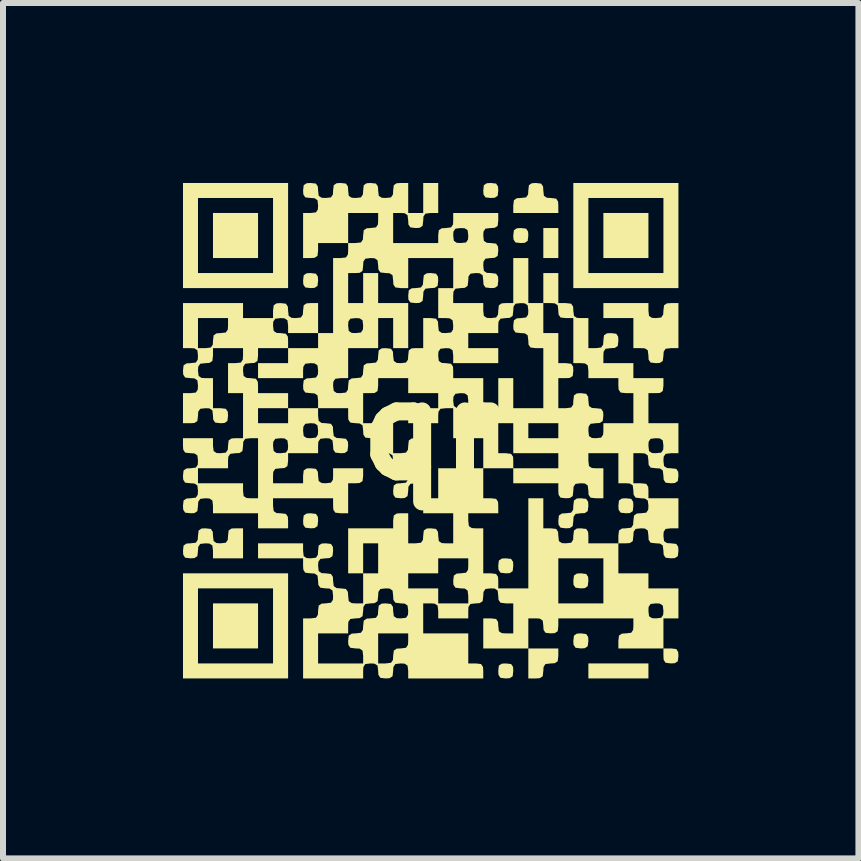
<source format=kicad_pcb>
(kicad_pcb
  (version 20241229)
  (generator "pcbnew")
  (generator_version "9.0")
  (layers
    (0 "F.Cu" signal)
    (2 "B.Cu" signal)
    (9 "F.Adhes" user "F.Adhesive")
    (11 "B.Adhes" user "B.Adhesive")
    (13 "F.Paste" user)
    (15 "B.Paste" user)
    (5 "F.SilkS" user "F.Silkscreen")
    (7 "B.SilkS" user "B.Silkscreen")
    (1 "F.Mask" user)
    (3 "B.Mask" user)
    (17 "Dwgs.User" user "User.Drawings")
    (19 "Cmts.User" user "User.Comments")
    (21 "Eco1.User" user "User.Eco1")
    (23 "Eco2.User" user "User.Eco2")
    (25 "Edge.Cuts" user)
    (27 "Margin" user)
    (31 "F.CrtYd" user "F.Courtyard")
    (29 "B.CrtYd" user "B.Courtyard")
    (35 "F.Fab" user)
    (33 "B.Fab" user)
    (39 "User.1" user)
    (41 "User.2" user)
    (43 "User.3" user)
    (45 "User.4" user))
  (footprint "qr"
    (layer "F.Cu")
    (at 4.129 4.129)
    (property "Reference" "qr" (at 0 0 0) (layer "F.SilkS") (effects (font (size 1.5 1.5) (thickness 0.3))))
    (attr board_only exclude_from_pos_files exclude_from_bom)
    (fp_poly (pts (xy -2.878 -3.253) (xy -2.878 -2.878) (xy -3.253 -2.878) (xy -3.629 -2.878) (xy -3.629 -3.253) (xy -3.629 -3.629) (xy -3.253 -3.629) (xy -2.878 -3.629)) (stroke (width 0) (type solid)) (fill yes) (layer "F.SilkS"))
    (fp_poly (pts (xy -2.878 3.253) (xy -2.878 3.629) (xy -3.253 3.629) (xy -3.629 3.629) (xy -3.629 3.253) (xy -3.629 2.878) (xy -3.253 2.878) (xy -2.878 2.878)) (stroke (width 0) (type solid)) (fill yes) (layer "F.SilkS"))
    (fp_poly (pts (xy 2.127 -3.128) (xy 2.127 -2.878) (xy 2.002 -2.878) (xy 1.877 -2.878) (xy 1.877 -3.128) (xy 1.877 -3.378) (xy 2.002 -3.378) (xy 2.127 -3.378)) (stroke (width 0) (type solid)) (fill yes) (layer "F.SilkS"))
    (fp_poly (pts (xy 3.629 -3.253) (xy 3.629 -2.878) (xy 3.253 -2.878) (xy 2.878 -2.878) (xy 2.878 -3.253) (xy 2.878 -3.629) (xy 3.253 -3.629) (xy 3.629 -3.629)) (stroke (width 0) (type solid)) (fill yes) (layer "F.SilkS"))
    (fp_poly (pts (xy 3.629 4.004) (xy 3.629 4.129) (xy 3.128 4.129) (xy 2.628 4.129) (xy 2.628 4.004) (xy 2.628 3.879) (xy 3.128 3.879) (xy 3.629 3.879)) (stroke (width 0) (type solid)) (fill yes) (layer "F.SilkS"))
    (fp_poly (pts (xy 4.093 3.639) (xy 4.125 3.688) (xy 4.129 3.754) (xy 4.119 3.842) (xy 4.07 3.875) (xy 4.004 3.879) (xy 3.915 3.868) (xy 3.883 3.82) (xy 3.879 3.754) (xy 3.879 3.629) (xy 4.004 3.629)) (stroke (width 0) (type solid)) (fill yes) (layer "F.SilkS"))
    (fp_poly (pts (xy -1.913 -2.617) (xy -1.881 -2.569) (xy -1.877 -2.502) (xy -1.887 -2.414) (xy -1.936 -2.381) (xy -2.002 -2.377) (xy -2.091 -2.388) (xy -2.123 -2.436) (xy -2.127 -2.502) (xy -2.117 -2.591) (xy -2.068 -2.624) (xy -2.002 -2.628)) (stroke (width 0) (type solid)) (fill yes) (layer "F.SilkS"))
    (fp_poly (pts (xy -1.913 1.387) (xy -1.881 1.435) (xy -1.877 1.501) (xy -1.887 1.59) (xy -1.936 1.623) (xy -2.002 1.627) (xy -2.091 1.616) (xy -2.123 1.568) (xy -2.127 1.501) (xy -2.117 1.413) (xy -2.068 1.38) (xy -2.002 1.376)) (stroke (width 0) (type solid)) (fill yes) (layer "F.SilkS"))
    (fp_poly (pts (xy 1.09 -4.119) (xy 1.122 -4.07) (xy 1.126 -4.004) (xy 1.116 -3.915) (xy 1.067 -3.883) (xy 1.001 -3.879) (xy 0.912 -3.889) (xy 0.88 -3.938) (xy 0.876 -4.004) (xy 0.886 -4.093) (xy 0.935 -4.125) (xy 1.001 -4.129)) (stroke (width 0) (type solid)) (fill yes) (layer "F.SilkS"))
    (fp_poly (pts (xy 1.34 2.137) (xy 1.373 2.186) (xy 1.376 2.252) (xy 1.366 2.341) (xy 1.317 2.374) (xy 1.251 2.377) (xy 1.163 2.367) (xy 1.13 2.318) (xy 1.126 2.252) (xy 1.136 2.164) (xy 1.185 2.131) (xy 1.251 2.127)) (stroke (width 0) (type solid)) (fill yes) (layer "F.SilkS"))
    (fp_poly (pts (xy 1.34 3.889) (xy 1.373 3.938) (xy 1.376 4.004) (xy 1.366 4.093) (xy 1.317 4.125) (xy 1.251 4.129) (xy 1.163 4.119) (xy 1.13 4.07) (xy 1.126 4.004) (xy 1.136 3.915) (xy 1.185 3.883) (xy 1.251 3.879)) (stroke (width 0) (type solid)) (fill yes) (layer "F.SilkS"))
    (fp_poly (pts (xy 1.59 -3.368) (xy 1.623 -3.319) (xy 1.627 -3.253) (xy 1.616 -3.165) (xy 1.568 -3.132) (xy 1.501 -3.128) (xy 1.413 -3.138) (xy 1.38 -3.187) (xy 1.376 -3.253) (xy 1.387 -3.342) (xy 1.435 -3.374) (xy 1.501 -3.378)) (stroke (width 0) (type solid)) (fill yes) (layer "F.SilkS"))
    (fp_poly (pts (xy 2.591 2.388) (xy 2.624 2.436) (xy 2.628 2.502) (xy 2.617 2.591) (xy 2.569 2.624) (xy 2.502 2.628) (xy 2.414 2.617) (xy 2.381 2.569) (xy 2.377 2.502) (xy 2.388 2.414) (xy 2.436 2.381) (xy 2.502 2.377)) (stroke (width 0) (type solid)) (fill yes) (layer "F.SilkS"))
    (fp_poly (pts (xy 2.591 3.389) (xy 2.624 3.437) (xy 2.628 3.503) (xy 2.617 3.592) (xy 2.569 3.625) (xy 2.502 3.629) (xy 2.414 3.618) (xy 2.381 3.569) (xy 2.377 3.503) (xy 2.388 3.415) (xy 2.436 3.382) (xy 2.502 3.378)) (stroke (width 0) (type solid)) (fill yes) (layer "F.SilkS"))
    (fp_poly (pts (xy 3.342 1.136) (xy 3.374 1.185) (xy 3.378 1.251) (xy 3.368 1.34) (xy 3.319 1.373) (xy 3.253 1.376) (xy 3.165 1.366) (xy 3.132 1.317) (xy 3.128 1.251) (xy 3.138 1.163) (xy 3.187 1.13) (xy 3.253 1.126)) (stroke (width 0) (type solid)) (fill yes) (layer "F.SilkS"))
    (fp_poly (pts (xy 2.127 3.754) (xy 2.117 3.842) (xy 2.068 3.875) (xy 2.002 3.879) (xy 1.913 3.889) (xy 1.881 3.938) (xy 1.877 4.004) (xy 1.867 4.093) (xy 1.818 4.125) (xy 1.752 4.129) (xy 1.627 4.129) (xy 1.627 3.879) (xy 1.627 3.629) (xy 1.877 3.629) (xy 2.127 3.629)) (stroke (width 0) (type solid)) (fill yes) (layer "F.SilkS"))
    (fp_poly (pts (xy -2.377 -3.253) (xy -2.377 -2.377) (xy -3.253 -2.377) (xy -4.129 -2.377) (xy -4.129 -3.253) (xy -3.879 -3.253) (xy -3.879 -2.628) (xy -3.253 -2.628) (xy -2.628 -2.628) (xy -2.628 -3.253) (xy -2.628 -3.879) (xy -3.253 -3.879) (xy -3.879 -3.879) (xy -3.879 -3.253) (xy -4.129 -3.253) (xy -4.129 -4.129) (xy -3.253 -4.129) (xy -2.377 -4.129)) (stroke (width 0) (type solid)) (fill yes) (layer "F.SilkS"))
    (fp_poly (pts (xy -2.377 3.253) (xy -2.377 4.129) (xy -3.253 4.129) (xy -4.129 4.129) (xy -4.129 3.253) (xy -3.879 3.253) (xy -3.879 3.879) (xy -3.253 3.879) (xy -2.628 3.879) (xy -2.628 3.253) (xy -2.628 2.628) (xy -3.253 2.628) (xy -3.879 2.628) (xy -3.879 3.253) (xy -4.129 3.253) (xy -4.129 2.377) (xy -3.253 2.377) (xy -2.377 2.377)) (stroke (width 0) (type solid)) (fill yes) (layer "F.SilkS"))
    (fp_poly (pts (xy 4.129 -3.253) (xy 4.129 -2.377) (xy 3.253 -2.377) (xy 2.377 -2.377) (xy 2.377 -3.253) (xy 2.628 -3.253) (xy 2.628 -2.628) (xy 3.253 -2.628) (xy 3.879 -2.628) (xy 3.879 -3.253) (xy 3.879 -3.879) (xy 3.253 -3.879) (xy 2.628 -3.879) (xy 2.628 -3.253) (xy 2.377 -3.253) (xy 2.377 -4.129) (xy 3.253 -4.129) (xy 4.129 -4.129)) (stroke (width 0) (type solid)) (fill yes) (layer "F.SilkS"))
    (fp_poly (pts (xy 1.84 -4.119) (xy 1.873 -4.07) (xy 1.877 -4.004) (xy 1.887 -3.915) (xy 1.936 -3.883) (xy 2.002 -3.879) (xy 2.091 -3.868) (xy 2.123 -3.82) (xy 2.127 -3.754) (xy 2.127 -3.629) (xy 1.752 -3.629) (xy 1.376 -3.629) (xy 1.376 -3.754) (xy 1.387 -3.842) (xy 1.435 -3.875) (xy 1.501 -3.879) (xy 1.59 -3.889) (xy 1.623 -3.938) (xy 1.627 -4.004) (xy 1.637 -4.093) (xy 1.686 -4.125) (xy 1.752 -4.129)) (stroke (width 0) (type solid)) (fill yes) (layer "F.SilkS"))
    (fp_poly (pts (xy 0.089 -2.617) (xy 0.121 -2.569) (xy 0.125 -2.502) (xy 0.115 -2.414) (xy 0.066 -2.381) (xy 0 -2.377) (xy -0.089 -2.367) (xy -0.121 -2.318) (xy -0.125 -2.252) (xy -0.135 -2.164) (xy -0.184 -2.131) (xy -0.25 -2.127) (xy -0.339 -2.137) (xy -0.372 -2.186) (xy -0.375 -2.252) (xy -0.365 -2.341) (xy -0.316 -2.374) (xy -0.25 -2.377) (xy -0.162 -2.388) (xy -0.129 -2.436) (xy -0.125 -2.502) (xy -0.115 -2.591) (xy -0.066 -2.624) (xy 0 -2.628)) (stroke (width 0) (type solid)) (fill yes) (layer "F.SilkS"))
    (fp_poly (pts (xy 2.591 1.136) (xy 2.624 1.185) (xy 2.628 1.251) (xy 2.617 1.34) (xy 2.569 1.373) (xy 2.502 1.376) (xy 2.414 1.387) (xy 2.381 1.435) (xy 2.377 1.501) (xy 2.367 1.59) (xy 2.318 1.623) (xy 2.252 1.627) (xy 2.164 1.616) (xy 2.131 1.568) (xy 2.127 1.501) (xy 2.137 1.413) (xy 2.186 1.38) (xy 2.252 1.376) (xy 2.341 1.366) (xy 2.374 1.317) (xy 2.377 1.251) (xy 2.388 1.163) (xy 2.436 1.13) (xy 2.502 1.126)) (stroke (width 0) (type solid)) (fill yes) (layer "F.SilkS"))
    (fp_poly (pts (xy 3.629 -2.002) (xy 3.639 -1.913) (xy 3.688 -1.881) (xy 3.754 -1.877) (xy 3.842 -1.887) (xy 3.875 -1.936) (xy 3.879 -2.002) (xy 3.889 -2.091) (xy 3.938 -2.123) (xy 4.004 -2.127) (xy 4.129 -2.127) (xy 4.129 -1.752) (xy 4.129 -1.376) (xy 4.004 -1.376) (xy 3.915 -1.366) (xy 3.883 -1.317) (xy 3.879 -1.251) (xy 3.868 -1.163) (xy 3.82 -1.13) (xy 3.754 -1.126) (xy 3.665 -1.136) (xy 3.632 -1.185) (xy 3.629 -1.251) (xy 3.618 -1.34) (xy 3.569 -1.373) (xy 3.503 -1.376) (xy 3.378 -1.376) (xy 3.378 -1.627) (xy 3.378 -1.877) (xy 3.128 -1.877) (xy 2.878 -1.877) (xy 2.878 -2.002) (xy 2.878 -2.127) (xy 3.253 -2.127) (xy 3.629 -2.127)) (stroke (width 0) (type solid)) (fill yes) (layer "F.SilkS"))
    (fp_poly (pts (xy -3.128 1.877) (xy -3.128 2.127) (xy -3.378 2.127) (xy -3.629 2.127) (xy -3.629 2.002) (xy -3.639 1.913) (xy -3.688 1.881) (xy -3.754 1.877) (xy -3.842 1.887) (xy -3.875 1.936) (xy -3.879 2.002) (xy -3.889 2.091) (xy -3.938 2.123) (xy -4.004 2.127) (xy -4.093 2.117) (xy -4.125 2.068) (xy -4.129 2.002) (xy -4.119 1.913) (xy -4.07 1.881) (xy -4.004 1.877) (xy -3.915 1.867) (xy -3.883 1.818) (xy -3.879 1.752) (xy -3.868 1.663) (xy -3.82 1.63) (xy -3.754 1.627) (xy -3.665 1.637) (xy -3.632 1.686) (xy -3.629 1.752) (xy -3.618 1.84) (xy -3.569 1.873) (xy -3.503 1.877) (xy -3.415 1.867) (xy -3.382 1.818) (xy -3.378 1.752) (xy -3.368 1.663) (xy -3.319 1.63) (xy -3.253 1.627) (xy -3.128 1.627)) (stroke (width 0) (type solid)) (fill yes) (layer "F.SilkS"))
    (fp_poly (pts (xy -0.375 -3.879) (xy -0.375 -3.629) (xy -0.25 -3.629) (xy -0.125 -3.629) (xy -0.125 -3.879) (xy -0.125 -4.129) (xy 0 -4.129) (xy 0.125 -4.129) (xy 0.125 -3.879) (xy 0.125 -3.629) (xy 0 -3.629) (xy -0.089 -3.618) (xy -0.121 -3.569) (xy -0.125 -3.503) (xy -0.135 -3.415) (xy -0.184 -3.382) (xy -0.25 -3.378) (xy -0.339 -3.389) (xy -0.372 -3.437) (xy -0.375 -3.503) (xy -0.386 -3.592) (xy -0.434 -3.625) (xy -0.5 -3.629) (xy -0.626 -3.629) (xy -0.626 -3.378) (xy -0.626 -3.128) (xy -0.25 -3.128) (xy 0.125 -3.128) (xy 0.125 -3.253) (xy 0.375 -3.253) (xy 0.386 -3.165) (xy 0.434 -3.132) (xy 0.5 -3.128) (xy 0.589 -3.138) (xy 0.622 -3.187) (xy 0.626 -3.253) (xy 0.615 -3.342) (xy 0.567 -3.374) (xy 0.5 -3.378) (xy 0.412 -3.368) (xy 0.379 -3.319) (xy 0.375 -3.253) (xy 0.125 -3.253) (xy 0.135 -3.342) (xy 0.184 -3.374) (xy 0.25 -3.378) (xy 0.339 -3.389) (xy 0.372 -3.437) (xy 0.375 -3.503) (xy 0.375 -3.629) (xy 0.751 -3.629) (xy 1.126 -3.629) (xy 1.126 -3.503) (xy 1.116 -3.415) (xy 1.067 -3.382) (xy 1.001 -3.378) (xy 0.912 -3.368) (xy 0.88 -3.319) (xy 0.876 -3.253) (xy 0.886 -3.165) (xy 0.935 -3.132) (xy 1.001 -3.128) (xy 1.09 -3.118) (xy 1.122 -3.069) (xy 1.126 -3.003) (xy 1.116 -2.914) (xy 1.067 -2.882) (xy 1.001 -2.878) (xy 0.912 -2.867) (xy 0.88 -2.819) (xy 0.876 -2.753) (xy 0.886 -2.664) (xy 0.935 -2.631) (xy 1.001 -2.628) (xy 1.09 -2.617) (xy 1.122 -2.569) (xy 1.126 -2.502) (xy 1.116 -2.414) (xy 1.067 -2.381) (xy 1.001 -2.377) (xy 0.912 -2.388) (xy 0.88 -2.436) (xy 0.876 -2.502) (xy 0.866 -2.591) (xy 0.817 -2.624) (xy 0.751 -2.628) (xy 0.662 -2.617) (xy 0.629 -2.569) (xy 0.626 -2.502) (xy 0.615 -2.414) (xy 0.567 -2.381) (xy 0.5 -2.377) (xy 0.412 -2.367) (xy 0.379 -2.318) (xy 0.375 -2.252) (xy 0.375 -2.127) (xy 0.626 -2.127) (xy 0.876 -2.127) (xy 0.876 -2.002) (xy 0.886 -1.913) (xy 0.935 -1.881) (xy 1.001 -1.877) (xy 1.09 -1.887) (xy 1.122 -1.936) (xy 1.126 -2.002) (xy 1.136 -2.091) (xy 1.185 -2.123) (xy 1.251 -2.127) (xy 1.376 -2.127) (xy 1.376 -2.502) (xy 1.376 -2.878) (xy 1.501 -2.878) (xy 1.627 -2.878) (xy 1.627 -2.502) (xy 1.627 -2.127) (xy 1.752 -2.127) (xy 1.877 -2.127) (xy 1.877 -2.377) (xy 1.877 -2.628) (xy 2.002 -2.628) (xy 2.127 -2.628) (xy 2.127 -2.377) (xy 2.127 -2.127) (xy 2.252 -2.127) (xy 2.341 -2.117) (xy 2.374 -2.068) (xy 2.377 -2.002) (xy 2.388 -1.913) (xy 2.436 -1.881) (xy 2.502 -1.877) (xy 2.628 -1.877) (xy 2.628 -1.627) (xy 2.628 -1.376) (xy 2.753 -1.376) (xy 2.841 -1.387) (xy 2.874 -1.435) (xy 2.878 -1.501) (xy 2.888 -1.59) (xy 2.937 -1.623) (xy 3.003 -1.627) (xy 3.092 -1.616) (xy 3.124 -1.568) (xy 3.128 -1.501) (xy 3.118 -1.413) (xy 3.069 -1.38) (xy 3.003 -1.376) (xy 2.914 -1.366) (xy 2.882 -1.317) (xy 2.878 -1.251) (xy 2.878 -1.126) (xy 3.128 -1.126) (xy 3.378 -1.126) (xy 3.378 -1.001) (xy 3.378 -0.876) (xy 3.629 -0.876) (xy 3.879 -0.876) (xy 3.879 -0.751) (xy 3.868 -0.662) (xy 3.82 -0.629) (xy 3.754 -0.626) (xy 3.629 -0.626) (xy 3.629 -0.375) (xy 3.629 -0.125) (xy 3.879 -0.125) (xy 4.129 -0.125) (xy 4.129 0.125) (xy 4.129 0.375) (xy 4.004 0.375) (xy 3.915 0.386) (xy 3.883 0.434) (xy 3.879 0.5) (xy 3.889 0.589) (xy 3.938 0.622) (xy 4.004 0.626) (xy 4.093 0.636) (xy 4.125 0.685) (xy 4.129 0.751) (xy 4.119 0.839) (xy 4.07 0.872) (xy 4.004 0.876) (xy 3.915 0.866) (xy 3.883 0.817) (xy 3.879 0.751) (xy 3.868 0.662) (xy 3.82 0.629) (xy 3.754 0.626) (xy 3.665 0.615) (xy 3.632 0.567) (xy 3.629 0.5) (xy 3.618 0.412) (xy 3.569 0.379) (xy 3.503 0.375) (xy 3.378 0.375) (xy 3.378 0.626) (xy 3.378 0.876) (xy 3.503 0.876) (xy 3.592 0.886) (xy 3.625 0.935) (xy 3.629 1.001) (xy 3.629 1.126) (xy 3.879 1.126) (xy 4.129 1.126) (xy 4.129 1.376) (xy 4.129 1.627) (xy 4.004 1.627) (xy 3.915 1.637) (xy 3.883 1.686) (xy 3.879 1.752) (xy 3.889 1.84) (xy 3.938 1.873) (xy 4.004 1.877) (xy 4.093 1.887) (xy 4.125 1.936) (xy 4.129 2.002) (xy 4.119 2.091) (xy 4.07 2.123) (xy 4.004 2.127) (xy 3.915 2.117) (xy 3.883 2.068) (xy 3.879 2.002) (xy 3.868 1.913) (xy 3.82 1.881) (xy 3.754 1.877) (xy 3.665 1.867) (xy 3.632 1.818) (xy 3.629 1.752) (xy 3.618 1.663) (xy 3.569 1.63) (xy 3.503 1.627) (xy 3.415 1.637) (xy 3.382 1.686) (xy 3.378 1.752) (xy 3.368 1.84) (xy 3.319 1.873) (xy 3.253 1.877) (xy 3.128 1.877) (xy 3.128 2.127) (xy 3.128 2.377) (xy 3.378 2.377) (xy 3.629 2.377) (xy 3.629 2.502) (xy 3.629 2.628) (xy 3.879 2.628) (xy 4.129 2.628) (xy 4.129 2.878) (xy 4.129 3.128) (xy 4.004 3.128) (xy 3.879 3.128) (xy 3.879 3.378) (xy 3.879 3.629) (xy 3.503 3.629) (xy 3.128 3.629) (xy 3.128 3.503) (xy 3.138 3.415) (xy 3.187 3.382) (xy 3.253 3.378) (xy 3.342 3.368) (xy 3.374 3.319) (xy 3.378 3.253) (xy 3.378 3.128) (xy 2.753 3.128) (xy 2.127 3.128) (xy 2.127 3.253) (xy 2.117 3.342) (xy 2.068 3.374) (xy 2.002 3.378) (xy 1.913 3.368) (xy 1.881 3.319) (xy 1.877 3.253) (xy 1.867 3.165) (xy 1.818 3.132) (xy 1.752 3.128) (xy 1.627 3.128) (xy 1.627 3.378) (xy 1.627 3.629) (xy 1.251 3.629) (xy 0.876 3.629) (xy 0.876 3.378) (xy 0.876 3.128) (xy 1.001 3.128) (xy 1.09 3.138) (xy 1.122 3.187) (xy 1.126 3.253) (xy 1.136 3.342) (xy 1.185 3.374) (xy 1.251 3.378) (xy 1.376 3.378) (xy 1.376 3.128) (xy 1.376 3.003) (xy 3.629 3.003) (xy 3.639 3.092) (xy 3.688 3.124) (xy 3.754 3.128) (xy 3.842 3.118) (xy 3.875 3.069) (xy 3.879 3.003) (xy 3.868 2.914) (xy 3.82 2.882) (xy 3.754 2.878) (xy 3.665 2.888) (xy 3.632 2.937) (xy 3.629 3.003) (xy 1.376 3.003) (xy 1.376 2.878) (xy 1.251 2.878) (xy 1.163 2.867) (xy 1.13 2.819) (xy 1.126 2.753) (xy 1.116 2.664) (xy 1.067 2.631) (xy 1.001 2.628) (xy 0.912 2.638) (xy 0.88 2.687) (xy 0.876 2.753) (xy 0.866 2.841) (xy 0.817 2.874) (xy 0.751 2.878) (xy 0.662 2.888) (xy 0.629 2.937) (xy 0.626 3.003) (xy 0.626 3.128) (xy 0.375 3.128) (xy 0.125 3.128) (xy 0.125 3.003) (xy 0.115 2.914) (xy 0.066 2.882) (xy 0 2.878) (xy -0.125 2.878) (xy -0.125 3.128) (xy -0.125 3.378) (xy 0.25 3.378) (xy 0.626 3.378) (xy 0.626 3.629) (xy 0.626 3.879) (xy 0.751 3.879) (xy 0.839 3.889) (xy 0.872 3.938) (xy 0.876 4.004) (xy 0.876 4.129) (xy 0.25 4.129) (xy -0.375 4.129) (xy -0.375 4.004) (xy -0.386 3.915) (xy -0.434 3.883) (xy -0.5 3.879) (xy -0.589 3.889) (xy -0.622 3.938) (xy -0.626 4.004) (xy -0.636 4.093) (xy -0.685 4.125) (xy -0.751 4.129) (xy -0.839 4.119) (xy -0.872 4.07) (xy -0.876 4.004) (xy -0.886 3.915) (xy -0.935 3.883) (xy -1.001 3.879) (xy -1.09 3.889) (xy -1.122 3.938) (xy -1.126 4.004) (xy -1.126 4.129) (xy -1.627 4.129) (xy -2.127 4.129) (xy -2.127 3.629) (xy -2.127 3.378) (xy -1.877 3.378) (xy -1.877 3.629) (xy -1.877 3.879) (xy -1.501 3.879) (xy -1.126 3.879) (xy -1.126 3.754) (xy -1.136 3.665) (xy -1.185 3.632) (xy -1.251 3.629) (xy -0.876 3.629) (xy -0.876 3.879) (xy -0.751 3.879) (xy -0.662 3.868) (xy -0.629 3.82) (xy -0.626 3.754) (xy -0.615 3.665) (xy -0.567 3.632) (xy -0.5 3.629) (xy -0.412 3.618) (xy -0.379 3.569) (xy -0.375 3.503) (xy -0.375 3.378) (xy -0.626 3.378) (xy -0.876 3.378) (xy -0.876 3.629) (xy -1.251 3.629) (xy -1.34 3.618) (xy -1.373 3.569) (xy -1.376 3.503) (xy -1.366 3.415) (xy -1.317 3.382) (xy -1.251 3.378) (xy -1.163 3.368) (xy -1.13 3.319) (xy -1.126 3.253) (xy -1.116 3.165) (xy -1.067 3.132) (xy -1.001 3.128) (xy -0.912 3.118) (xy -0.88 3.069) (xy -0.876 3.003) (xy -0.866 2.914) (xy -0.817 2.882) (xy -0.751 2.878) (xy -0.662 2.888) (xy -0.629 2.937) (xy -0.626 3.003) (xy -0.615 3.092) (xy -0.567 3.124) (xy -0.5 3.128) (xy -0.412 3.118) (xy -0.379 3.069) (xy -0.375 3.003) (xy -0.386 2.914) (xy -0.434 2.882) (xy -0.5 2.878) (xy -0.589 2.867) (xy -0.622 2.819) (xy -0.626 2.753) (xy -0.636 2.664) (xy -0.685 2.631) (xy -0.751 2.628) (xy -0.839 2.638) (xy -0.872 2.687) (xy -0.876 2.753) (xy -0.886 2.841) (xy -0.935 2.874) (xy -1.001 2.878) (xy -1.09 2.888) (xy -1.122 2.937) (xy -1.126 3.003) (xy -1.136 3.092) (xy -1.185 3.124) (xy -1.251 3.128) (xy -1.34 3.138) (xy -1.373 3.187) (xy -1.376 3.253) (xy -1.376 3.378) (xy -1.627 3.378) (xy -1.877 3.378) (xy -2.127 3.378) (xy -2.127 3.128) (xy -2.002 3.128) (xy -1.913 3.118) (xy -1.881 3.069) (xy -1.877 3.003) (xy -1.867 2.914) (xy -1.818 2.882) (xy -1.752 2.878) (xy -1.663 2.867) (xy -1.63 2.819) (xy -1.627 2.753) (xy -1.637 2.664) (xy -1.686 2.631) (xy -1.752 2.628) (xy -1.84 2.617) (xy -1.873 2.569) (xy -1.877 2.502) (xy -1.887 2.414) (xy -1.936 2.381) (xy -2.002 2.377) (xy -2.091 2.367) (xy -2.123 2.318) (xy -2.127 2.252) (xy -2.127 2.127) (xy -2.502 2.127) (xy -2.878 2.127) (xy -2.878 2.002) (xy -2.878 1.877) (xy -2.502 1.877) (xy -2.127 1.877) (xy -2.127 2.002) (xy -2.117 2.091) (xy -2.068 2.123) (xy -2.002 2.127) (xy -1.913 2.117) (xy -1.881 2.068) (xy -1.877 2.002) (xy -1.867 1.913) (xy -1.818 1.881) (xy -1.752 1.877) (xy -1.663 1.887) (xy -1.63 1.936) (xy -1.627 2.002) (xy -1.637 2.091) (xy -1.686 2.123) (xy -1.752 2.127) (xy -1.84 2.137) (xy -1.873 2.186) (xy -1.877 2.252) (xy -1.867 2.341) (xy -1.818 2.374) (xy -1.752 2.377) (xy -1.663 2.388) (xy -1.63 2.436) (xy -1.627 2.502) (xy -1.616 2.591) (xy -1.568 2.624) (xy -1.501 2.628) (xy -1.413 2.638) (xy -1.38 2.687) (xy -1.376 2.753) (xy -1.366 2.841) (xy -1.317 2.874) (xy -1.251 2.878) (xy -1.126 2.878) (xy -1.126 2.628) (xy -1.126 2.377) (xy -1.251 2.377) (xy -1.376 2.377) (xy -1.376 2.127) (xy -1.126 2.127) (xy -1.126 2.377) (xy -1.001 2.377) (xy -0.876 2.377) (xy -0.375 2.377) (xy -0.375 2.502) (xy -0.375 2.628) (xy -0.125 2.628) (xy 0.125 2.628) (xy 0.125 2.753) (xy 0.125 2.878) (xy 0.375 2.878) (xy 0.626 2.878) (xy 0.626 2.753) (xy 0.615 2.664) (xy 0.567 2.631) (xy 0.5 2.628) (xy 0.412 2.617) (xy 0.379 2.569) (xy 0.375 2.502) (xy 0.386 2.414) (xy 0.434 2.381) (xy 0.5 2.377) (xy 0.589 2.367) (xy 0.622 2.318) (xy 0.626 2.252) (xy 0.626 2.127) (xy 0.375 2.127) (xy 0.125 2.127) (xy 0.125 2.252) (xy 0.125 2.377) (xy -0.125 2.377) (xy -0.375 2.377) (xy -0.876 2.377) (xy -0.876 2.127) (xy -0.876 1.877) (xy -1.001 1.877) (xy -1.126 1.877) (xy -1.126 2.127) (xy -1.376 2.127) (xy -1.376 2.002) (xy -1.376 1.627) (xy -1.001 1.627) (xy -0.626 1.627) (xy -0.626 1.501) (xy -0.615 1.413) (xy -0.567 1.38) (xy -0.5 1.376) (xy -0.375 1.376) (xy -0.375 1.627) (xy -0.375 1.877) (xy -0.25 1.877) (xy -0.162 1.867) (xy -0.129 1.818) (xy -0.125 1.752) (xy -0.115 1.663) (xy -0.066 1.63) (xy 0 1.627) (xy 0.089 1.637) (xy 0.121 1.686) (xy 0.125 1.752) (xy 0.135 1.84) (xy 0.184 1.873) (xy 0.25 1.877) (xy 0.375 1.877) (xy 0.375 1.627) (xy 0.375 1.376) (xy 0.626 1.376) (xy 0.626 1.501) (xy 0.636 1.59) (xy 0.685 1.623) (xy 0.751 1.627) (xy 0.876 1.627) (xy 0.876 2.002) (xy 0.876 2.377) (xy 1.001 2.377) (xy 1.09 2.388) (xy 1.122 2.436) (xy 1.126 2.502) (xy 1.126 2.628) (xy 1.376 2.628) (xy 1.627 2.628) (xy 1.627 2.502) (xy 2.127 2.502) (xy 2.127 2.878) (xy 2.502 2.878) (xy 2.878 2.878) (xy 2.878 2.502) (xy 2.878 2.127) (xy 2.502 2.127) (xy 2.127 2.127) (xy 2.127 2.502) (xy 1.627 2.502) (xy 1.627 1.877) (xy 1.627 1.126) (xy 1.752 1.126) (xy 1.877 1.126) (xy 1.877 1.376) (xy 1.877 1.627) (xy 2.002 1.627) (xy 2.091 1.637) (xy 2.123 1.686) (xy 2.127 1.752) (xy 2.137 1.84) (xy 2.186 1.873) (xy 2.252 1.877) (xy 2.341 1.867) (xy 2.374 1.818) (xy 2.377 1.752) (xy 2.388 1.663) (xy 2.436 1.63) (xy 2.502 1.627) (xy 2.591 1.637) (xy 2.624 1.686) (xy 2.628 1.752) (xy 2.628 1.877) (xy 2.878 1.877) (xy 3.128 1.877) (xy 3.128 1.752) (xy 3.138 1.663) (xy 3.187 1.63) (xy 3.253 1.627) (xy 3.342 1.616) (xy 3.374 1.568) (xy 3.378 1.501) (xy 3.389 1.413) (xy 3.437 1.38) (xy 3.503 1.376) (xy 3.592 1.366) (xy 3.625 1.317) (xy 3.629 1.251) (xy 3.618 1.163) (xy 3.569 1.13) (xy 3.503 1.126) (xy 3.415 1.116) (xy 3.382 1.067) (xy 3.378 1.001) (xy 3.368 0.912) (xy 3.319 0.88) (xy 3.253 0.876) (xy 3.128 0.876) (xy 3.128 0.626) (xy 3.128 0.375) (xy 2.878 0.375) (xy 2.628 0.375) (xy 2.628 0.5) (xy 2.638 0.589) (xy 2.687 0.622) (xy 2.753 0.626) (xy 2.878 0.626) (xy 2.878 0.876) (xy 2.878 1.126) (xy 2.753 1.126) (xy 2.664 1.116) (xy 2.631 1.067) (xy 2.628 1.001) (xy 2.617 0.912) (xy 2.569 0.88) (xy 2.502 0.876) (xy 2.414 0.886) (xy 2.381 0.935) (xy 2.377 1.001) (xy 2.367 1.09) (xy 2.318 1.122) (xy 2.252 1.126) (xy 2.164 1.116) (xy 2.131 1.067) (xy 2.127 1.001) (xy 2.127 0.876) (xy 1.752 0.876) (xy 1.376 0.876) (xy 1.376 0.751) (xy 1.376 0.626) (xy 1.752 0.626) (xy 2.127 0.626) (xy 2.127 0.5) (xy 2.127 0.375) (xy 1.752 0.375) (xy 1.376 0.375) (xy 1.376 0.25) (xy 3.629 0.25) (xy 3.639 0.339) (xy 3.688 0.372) (xy 3.754 0.375) (xy 3.842 0.365) (xy 3.875 0.316) (xy 3.879 0.25) (xy 3.868 0.162) (xy 3.82 0.129) (xy 3.754 0.125) (xy 3.665 0.135) (xy 3.632 0.184) (xy 3.629 0.25) (xy 1.376 0.25) (xy 1.376 0.125) (xy 1.376 0) (xy 1.627 0) (xy 1.627 0.125) (xy 1.877 0.125) (xy 2.127 0.125) (xy 2.127 0) (xy 2.127 -0.125) (xy 1.877 -0.125) (xy 1.627 -0.125) (xy 1.627 0) (xy 1.376 0) (xy 1.376 -0.125) (xy 1.251 -0.125) (xy 1.126 -0.125) (xy 1.126 0.125) (xy 1.126 0.375) (xy 1.251 0.375) (xy 1.34 0.386) (xy 1.373 0.434) (xy 1.376 0.5) (xy 1.376 0.626) (xy 1.126 0.626) (xy 0.876 0.626) (xy 0.876 0.876) (xy 0.876 1.126) (xy 1.001 1.126) (xy 1.09 1.136) (xy 1.122 1.185) (xy 1.126 1.251) (xy 1.126 1.376) (xy 0.876 1.376) (xy 0.626 1.376) (xy 0.375 1.376) (xy 0.125 1.376) (xy -0.125 1.376) (xy -0.125 1.251) (xy -0.115 1.163) (xy -0.066 1.13) (xy 0 1.126) (xy 0.125 1.126) (xy 0.125 0.876) (xy 0.125 0.626) (xy 0.5 0.626) (xy 0.876 0.626) (xy 0.876 0.375) (xy 0.876 0.125) (xy 0.626 0.125) (xy 0.375 0.125) (xy 0.375 -0.125) (xy 0.375 -0.375) (xy 0.25 -0.375) (xy 0.162 -0.365) (xy 0.129 -0.316) (xy 0.125 -0.25) (xy 0.125 -0.125) (xy -0.125 -0.125) (xy -0.375 -0.125) (xy -0.375 -0.25) (xy -0.375 -0.375) (xy -0.125 -0.375) (xy 0.125 -0.375) (xy 0.125 -0.5) (xy 0.375 -0.5) (xy 0.386 -0.412) (xy 0.434 -0.379) (xy 0.5 -0.375) (xy 0.589 -0.386) (xy 0.622 -0.434) (xy 0.626 -0.5) (xy 0.615 -0.589) (xy 0.567 -0.622) (xy 0.5 -0.626) (xy 0.412 -0.615) (xy 0.379 -0.567) (xy 0.375 -0.5) (xy 0.125 -0.5) (xy 0.125 -0.626) (xy -0.125 -0.626) (xy -0.375 -0.626) (xy -0.375 -0.751) (xy -0.375 -0.876) (xy -0.626 -0.876) (xy -0.876 -0.876) (xy -0.876 -0.751) (xy -0.886 -0.662) (xy -0.935 -0.629) (xy -1.001 -0.626) (xy -1.126 -0.626) (xy -1.126 -0.375) (xy -1.126 -0.125) (xy -0.876 -0.125) (xy -0.626 -0.125) (xy -0.626 0.125) (xy -0.626 0.375) (xy -0.5 0.375) (xy -0.412 0.365) (xy -0.379 0.316) (xy -0.375 0.25) (xy -0.365 0.162) (xy -0.316 0.129) (xy -0.25 0.125) (xy -0.125 0.125) (xy -0.125 0.5) (xy -0.125 0.876) (xy -0.25 0.876) (xy -0.339 0.886) (xy -0.372 0.935) (xy -0.375 1.001) (xy -0.386 1.09) (xy -0.434 1.122) (xy -0.5 1.126) (xy -0.589 1.116) (xy -0.622 1.067) (xy -0.626 1.001) (xy -0.615 0.912) (xy -0.567 0.88) (xy -0.5 0.876) (xy -0.412 0.866) (xy -0.379 0.817) (xy -0.375 0.751) (xy -0.386 0.662) (xy -0.434 0.629) (xy -0.5 0.626) (xy -0.589 0.615) (xy -0.622 0.567) (xy -0.626 0.5) (xy -0.636 0.412) (xy -0.685 0.379) (xy -0.751 0.375) (xy -0.839 0.365) (xy -0.872 0.316) (xy -0.876 0.25) (xy -0.886 0.162) (xy -0.935 0.129) (xy -1.001 0.125) (xy -1.09 0.115) (xy -1.122 0.066) (xy -1.126 0) (xy -1.136 -0.089) (xy -1.185 -0.121) (xy -1.251 -0.125) (xy -1.34 -0.135) (xy -1.373 -0.184) (xy -1.376 -0.25) (xy -1.376 -0.375) (xy -1.627 -0.375) (xy -1.877 -0.375) (xy -1.877 -0.25) (xy -1.867 -0.162) (xy -1.818 -0.129) (xy -1.752 -0.125) (xy -1.663 -0.115) (xy -1.63 -0.066) (xy -1.627 0) (xy -1.616 0.089) (xy -1.568 0.121) (xy -1.501 0.125) (xy -1.413 0.135) (xy -1.38 0.184) (xy -1.376 0.25) (xy -1.387 0.339) (xy -1.435 0.372) (xy -1.501 0.375) (xy -1.59 0.365) (xy -1.623 0.316) (xy -1.627 0.25) (xy -1.637 0.162) (xy -1.686 0.129) (xy -1.752 0.125) (xy -1.84 0.135) (xy -1.873 0.184) (xy -1.877 0.25) (xy -1.877 0.375) (xy -2.127 0.375) (xy -2.377 0.375) (xy -2.377 0.5) (xy -2.388 0.589) (xy -2.436 0.622) (xy -2.502 0.626) (xy -2.591 0.636) (xy -2.624 0.685) (xy -2.628 0.751) (xy -2.628 0.876) (xy -2.377 0.876) (xy -2.127 0.876) (xy -2.127 0.751) (xy -2.117 0.662) (xy -2.068 0.629) (xy -2.002 0.626) (xy -1.913 0.636) (xy -1.881 0.685) (xy -1.877 0.751) (xy -1.867 0.839) (xy -1.818 0.872) (xy -1.752 0.876) (xy -1.663 0.866) (xy -1.63 0.817) (xy -1.627 0.751) (xy -1.627 0.626) (xy -1.376 0.626) (xy -1.126 0.626) (xy -1.126 0.751) (xy -1.136 0.839) (xy -1.185 0.872) (xy -1.251 0.876) (xy -1.376 0.876) (xy -1.376 1.126) (xy -1.376 1.376) (xy -1.501 1.376) (xy -1.59 1.366) (xy -1.623 1.317) (xy -1.627 1.251) (xy -1.627 1.126) (xy -2.127 1.126) (xy -2.628 1.126) (xy -2.628 1.251) (xy -2.617 1.34) (xy -2.569 1.373) (xy -2.502 1.376) (xy -2.414 1.387) (xy -2.381 1.435) (xy -2.377 1.501) (xy -2.377 1.627) (xy -2.628 1.627) (xy -2.878 1.627) (xy -2.878 1.501) (xy -2.878 1.376) (xy -3.253 1.376) (xy -3.629 1.376) (xy -3.629 1.251) (xy -3.639 1.163) (xy -3.688 1.13) (xy -3.754 1.126) (xy -3.842 1.136) (xy -3.875 1.185) (xy -3.879 1.251) (xy -3.889 1.34) (xy -3.938 1.373) (xy -4.004 1.376) (xy -4.093 1.366) (xy -4.125 1.317) (xy -4.129 1.251) (xy -4.119 1.163) (xy -4.07 1.13) (xy -4.004 1.126) (xy -3.915 1.116) (xy -3.883 1.067) (xy -3.879 1.001) (xy -3.889 0.912) (xy -3.938 0.88) (xy -4.004 0.876) (xy -4.093 0.866) (xy -4.125 0.817) (xy -4.129 0.751) (xy -4.119 0.662) (xy -4.07 0.629) (xy -4.004 0.626) (xy -3.879 0.626) (xy -3.879 0.751) (xy -3.879 0.876) (xy -3.503 0.876) (xy -3.128 0.876) (xy -3.128 1.001) (xy -3.118 1.09) (xy -3.069 1.122) (xy -3.003 1.126) (xy -2.878 1.126) (xy -2.878 0.626) (xy -2.878 0.25) (xy -2.628 0.25) (xy -2.617 0.339) (xy -2.569 0.372) (xy -2.502 0.375) (xy -2.414 0.365) (xy -2.381 0.316) (xy -2.377 0.25) (xy -2.388 0.162) (xy -2.436 0.129) (xy -2.502 0.125) (xy -2.591 0.135) (xy -2.624 0.184) (xy -2.628 0.25) (xy -2.878 0.25) (xy -2.878 0.125) (xy -3.003 0.125) (xy -3.092 0.135) (xy -3.124 0.184) (xy -3.128 0.25) (xy -3.138 0.339) (xy -3.187 0.372) (xy -3.253 0.375) (xy -3.342 0.386) (xy -3.374 0.434) (xy -3.378 0.5) (xy -3.378 0.626) (xy -3.629 0.626) (xy -3.879 0.626) (xy -4.004 0.626) (xy -3.915 0.615) (xy -3.883 0.567) (xy -3.879 0.5) (xy -3.889 0.412) (xy -3.938 0.379) (xy -4.004 0.375) (xy -4.093 0.365) (xy -4.125 0.316) (xy -4.129 0.25) (xy -4.129 0.125) (xy -3.879 0.125) (xy -3.629 0.125) (xy -3.629 0.25) (xy -3.618 0.339) (xy -3.569 0.372) (xy -3.503 0.375) (xy -3.415 0.365) (xy -3.382 0.316) (xy -3.378 0.25) (xy -3.368 0.162) (xy -3.319 0.129) (xy -3.253 0.125) (xy -3.128 0.125) (xy -3.128 0) (xy -2.127 0) (xy -2.117 0.089) (xy -2.068 0.121) (xy -2.002 0.125) (xy -1.913 0.115) (xy -1.881 0.066) (xy -1.877 0) (xy -1.887 -0.089) (xy -1.936 -0.121) (xy -2.002 -0.125) (xy -2.091 -0.115) (xy -2.123 -0.066) (xy -2.127 0) (xy -3.128 0) (xy -3.128 -0.25) (xy -3.128 -0.626) (xy -3.253 -0.626) (xy -3.378 -0.626) (xy -3.378 -0.876) (xy -3.378 -1.001) (xy -3.128 -1.001) (xy -3.118 -0.912) (xy -3.069 -0.88) (xy -3.003 -0.876) (xy -2.914 -0.866) (xy -2.882 -0.817) (xy -2.878 -0.751) (xy -2.878 -0.626) (xy -2.628 -0.626) (xy -2.377 -0.626) (xy -2.377 -0.5) (xy -2.377 -0.375) (xy -2.628 -0.375) (xy -2.878 -0.375) (xy -2.878 -0.25) (xy -2.878 -0.125) (xy -2.628 -0.125) (xy -2.377 -0.125) (xy -2.377 -0.25) (xy -2.377 -0.375) (xy -2.127 -0.375) (xy -1.877 -0.375) (xy -1.877 -0.5) (xy -1.887 -0.589) (xy -1.936 -0.622) (xy -2.002 -0.626) (xy -2.091 -0.636) (xy -2.123 -0.685) (xy -2.127 -0.751) (xy -1.627 -0.751) (xy -1.616 -0.662) (xy -1.568 -0.629) (xy -1.501 -0.626) (xy -1.413 -0.636) (xy -1.38 -0.685) (xy -1.376 -0.751) (xy -1.366 -0.839) (xy -1.317 -0.872) (xy -1.251 -0.876) (xy -1.163 -0.886) (xy -1.13 -0.935) (xy -1.126 -1.001) (xy -1.116 -1.09) (xy -1.067 -1.122) (xy -1.001 -1.126) (xy -0.912 -1.136) (xy -0.88 -1.185) (xy -0.876 -1.251) (xy -0.866 -1.34) (xy -0.817 -1.373) (xy -0.751 -1.376) (xy -0.662 -1.366) (xy -0.629 -1.317) (xy -0.626 -1.251) (xy -0.615 -1.163) (xy -0.567 -1.13) (xy -0.5 -1.126) (xy -0.412 -1.136) (xy -0.379 -1.185) (xy -0.375 -1.251) (xy 0.125 -1.251) (xy 0.135 -1.163) (xy 0.184 -1.13) (xy 0.25 -1.126) (xy 0.339 -1.116) (xy 0.372 -1.067) (xy 0.375 -1.001) (xy 0.375 -0.876) (xy 0.626 -0.876) (xy 0.876 -0.876) (xy 0.876 -0.626) (xy 0.876 -0.375) (xy 1.001 -0.375) (xy 1.126 -0.375) (xy 1.126 -0.626) (xy 1.126 -0.876) (xy 1.251 -0.876) (xy 1.376 -0.876) (xy 1.376 -0.626) (xy 1.376 -0.375) (xy 1.627 -0.375) (xy 1.877 -0.375) (xy 1.877 -0.876) (xy 1.877 -1.376) (xy 1.752 -1.376) (xy 1.663 -1.387) (xy 1.63 -1.435) (xy 1.627 -1.501) (xy 1.616 -1.59) (xy 1.568 -1.623) (xy 1.501 -1.627) (xy 1.413 -1.637) (xy 1.38 -1.686) (xy 1.376 -1.752) (xy 1.387 -1.84) (xy 1.435 -1.873) (xy 1.501 -1.877) (xy 1.877 -1.877) (xy 1.877 -1.627) (xy 2.002 -1.627) (xy 2.127 -1.627) (xy 2.127 -1.376) (xy 2.127 -1.126) (xy 2.252 -1.126) (xy 2.341 -1.116) (xy 2.374 -1.067) (xy 2.377 -1.001) (xy 2.367 -0.912) (xy 2.318 -0.88) (xy 2.252 -0.876) (xy 2.127 -0.876) (xy 2.127 -0.626) (xy 2.127 -0.375) (xy 2.252 -0.375) (xy 2.341 -0.386) (xy 2.374 -0.434) (xy 2.377 -0.5) (xy 2.388 -0.589) (xy 2.436 -0.622) (xy 2.502 -0.626) (xy 2.591 -0.615) (xy 2.624 -0.567) (xy 2.628 -0.5) (xy 2.638 -0.412) (xy 2.687 -0.379) (xy 2.753 -0.375) (xy 2.841 -0.365) (xy 2.874 -0.316) (xy 2.878 -0.25) (xy 2.867 -0.162) (xy 2.819 -0.129) (xy 2.753 -0.125) (xy 2.664 -0.115) (xy 2.631 -0.066) (xy 2.628 0) (xy 2.638 0.089) (xy 2.687 0.121) (xy 2.753 0.125) (xy 2.841 0.115) (xy 2.874 0.066) (xy 2.878 0) (xy 2.878 -0.125) (xy 3.128 -0.125) (xy 3.378 -0.125) (xy 3.378 -0.375) (xy 3.378 -0.626) (xy 3.253 -0.626) (xy 3.165 -0.636) (xy 3.132 -0.685) (xy 3.128 -0.751) (xy 3.128 -0.876) (xy 2.878 -0.876) (xy 2.628 -0.876) (xy 2.628 -1.001) (xy 2.617 -1.09) (xy 2.569 -1.122) (xy 2.502 -1.126) (xy 2.377 -1.126) (xy 2.377 -1.501) (xy 2.377 -1.877) (xy 2.252 -1.877) (xy 2.164 -1.887) (xy 2.131 -1.936) (xy 2.127 -2.002) (xy 2.117 -2.091) (xy 2.068 -2.123) (xy 2.002 -2.127) (xy 1.877 -2.127) (xy 1.877 -1.877) (xy 1.501 -1.877) (xy 1.59 -1.887) (xy 1.623 -1.936) (xy 1.627 -2.002) (xy 1.616 -2.091) (xy 1.568 -2.123) (xy 1.501 -2.127) (xy 1.413 -2.117) (xy 1.38 -2.068) (xy 1.376 -2.002) (xy 1.366 -1.913) (xy 1.317 -1.881) (xy 1.251 -1.877) (xy 1.163 -1.867) (xy 1.13 -1.818) (xy 1.126 -1.752) (xy 1.126 -1.627) (xy 0.876 -1.627) (xy 0.626 -1.627) (xy 0.626 -1.501) (xy 0.626 -1.376) (xy 0.876 -1.376) (xy 1.126 -1.376) (xy 1.126 -1.251) (xy 1.126 -1.126) (xy 0.751 -1.126) (xy 0.375 -1.126) (xy 0.375 -1.251) (xy 0.365 -1.34) (xy 0.316 -1.373) (xy 0.25 -1.376) (xy 0.162 -1.366) (xy 0.129 -1.317) (xy 0.125 -1.251) (xy -0.375 -1.251) (xy -0.365 -1.34) (xy -0.316 -1.373) (xy -0.25 -1.376) (xy -0.125 -1.376) (xy -0.125 -1.627) (xy -0.125 -1.877) (xy 0 -1.877) (xy 0.089 -1.867) (xy 0.121 -1.818) (xy 0.125 -1.752) (xy 0.135 -1.663) (xy 0.184 -1.63) (xy 0.25 -1.627) (xy 0.339 -1.637) (xy 0.372 -1.686) (xy 0.375 -1.752) (xy 0.365 -1.84) (xy 0.316 -1.873) (xy 0.25 -1.877) (xy 0.125 -1.877) (xy 0.125 -2.127) (xy 0.125 -2.377) (xy 0.25 -2.377) (xy 0.375 -2.377) (xy 0.375 -2.628) (xy 0.375 -2.878) (xy 0 -2.878) (xy -0.375 -2.878) (xy -0.375 -2.628) (xy -0.375 -2.377) (xy -0.5 -2.377) (xy -0.589 -2.388) (xy -0.622 -2.436) (xy -0.626 -2.502) (xy -0.636 -2.591) (xy -0.685 -2.624) (xy -0.751 -2.628) (xy -0.839 -2.638) (xy -0.872 -2.687) (xy -0.876 -2.753) (xy -0.886 -2.841) (xy -0.935 -2.874) (xy -1.001 -2.878) (xy -1.09 -2.867) (xy -1.122 -2.819) (xy -1.126 -2.753) (xy -1.136 -2.664) (xy -1.185 -2.631) (xy -1.251 -2.628) (xy -1.376 -2.628) (xy -1.376 -2.377) (xy -1.376 -2.127) (xy -1.251 -2.127) (xy -1.126 -2.127) (xy -1.126 -2.377) (xy -1.126 -2.628) (xy -1.001 -2.628) (xy -0.876 -2.628) (xy -0.876 -2.377) (xy -0.876 -2.127) (xy -0.626 -2.127) (xy -0.375 -2.127) (xy -0.375 -1.752) (xy -0.375 -1.376) (xy -0.5 -1.376) (xy -0.626 -1.376) (xy -0.626 -1.627) (xy -0.626 -1.877) (xy -0.751 -1.877) (xy -0.876 -1.877) (xy -0.876 -1.627) (xy -0.876 -1.376) (xy -1.126 -1.376) (xy -1.376 -1.376) (xy -1.376 -1.126) (xy -1.376 -0.876) (xy -1.501 -0.876) (xy -1.59 -0.866) (xy -1.623 -0.817) (xy -1.627 -0.751) (xy -2.127 -0.751) (xy -2.117 -0.839) (xy -2.068 -0.872) (xy -2.002 -0.876) (xy -1.913 -0.886) (xy -1.881 -0.935) (xy -1.877 -1.001) (xy -1.887 -1.09) (xy -1.936 -1.122) (xy -2.002 -1.126) (xy -2.091 -1.116) (xy -2.123 -1.067) (xy -2.127 -1.001) (xy -2.127 -0.876) (xy -2.502 -0.876) (xy -2.878 -0.876) (xy -2.878 -1.001) (xy -2.878 -1.126) (xy -2.628 -1.126) (xy -2.377 -1.126) (xy -2.377 -1.251) (xy -2.377 -1.376) (xy -2.127 -1.376) (xy -1.877 -1.376) (xy -1.877 -1.501) (xy -1.877 -1.627) (xy -2.127 -1.627) (xy -2.377 -1.627) (xy -2.377 -1.752) (xy -2.388 -1.84) (xy -2.436 -1.873) (xy -2.502 -1.877) (xy -2.591 -1.867) (xy -2.624 -1.818) (xy -2.628 -1.752) (xy -2.617 -1.663) (xy -2.569 -1.63) (xy -2.502 -1.627) (xy -2.414 -1.616) (xy -2.381 -1.568) (xy -2.377 -1.501) (xy -2.377 -1.376) (xy -2.628 -1.376) (xy -2.878 -1.376) (xy -2.878 -1.251) (xy -2.888 -1.163) (xy -2.937 -1.13) (xy -3.003 -1.126) (xy -3.092 -1.116) (xy -3.124 -1.067) (xy -3.128 -1.001) (xy -3.378 -1.001) (xy -3.378 -1.126) (xy -3.253 -1.126) (xy -3.165 -1.136) (xy -3.132 -1.185) (xy -3.128 -1.251) (xy -3.128 -1.376) (xy -3.378 -1.376) (xy -3.629 -1.376) (xy -3.629 -1.251) (xy -3.639 -1.163) (xy -3.688 -1.13) (xy -3.754 -1.126) (xy -3.842 -1.116) (xy -3.875 -1.067) (xy -3.879 -1.001) (xy -3.868 -0.912) (xy -3.82 -0.88) (xy -3.754 -0.876) (xy -3.629 -0.876) (xy -3.629 -0.626) (xy -3.629 -0.375) (xy -3.503 -0.375) (xy -3.415 -0.365) (xy -3.382 -0.316) (xy -3.378 -0.25) (xy -3.389 -0.162) (xy -3.437 -0.129) (xy -3.503 -0.125) (xy -3.592 -0.135) (xy -3.625 -0.184) (xy -3.629 -0.25) (xy -3.639 -0.339) (xy -3.688 -0.372) (xy -3.754 -0.375) (xy -3.842 -0.365) (xy -3.875 -0.316) (xy -3.879 -0.25) (xy -3.889 -0.162) (xy -3.938 -0.129) (xy -4.004 -0.125) (xy -4.129 -0.125) (xy -4.129 -0.375) (xy -4.129 -0.626) (xy -4.004 -0.626) (xy -3.915 -0.636) (xy -3.883 -0.685) (xy -3.879 -0.751) (xy -3.889 -0.839) (xy -3.938 -0.872) (xy -4.004 -0.876) (xy -4.093 -0.886) (xy -4.125 -0.935) (xy -4.129 -1.001) (xy -4.119 -1.09) (xy -4.07 -1.122) (xy -4.004 -1.126) (xy -3.915 -1.136) (xy -3.883 -1.185) (xy -3.879 -1.251) (xy -3.889 -1.34) (xy -3.938 -1.373) (xy -4.004 -1.376) (xy -4.129 -1.376) (xy -4.129 -1.627) (xy -3.879 -1.627) (xy -3.879 -1.376) (xy -3.754 -1.376) (xy -3.665 -1.387) (xy -3.632 -1.435) (xy -3.629 -1.501) (xy -3.618 -1.59) (xy -3.569 -1.623) (xy -3.503 -1.627) (xy -3.415 -1.637) (xy -3.382 -1.686) (xy -3.378 -1.752) (xy -3.378 -1.877) (xy -3.629 -1.877) (xy -3.879 -1.877) (xy -3.879 -1.627) (xy -4.129 -1.627) (xy -4.129 -1.752) (xy -4.129 -2.127) (xy -3.629 -2.127) (xy -3.128 -2.127) (xy -3.128 -2.002) (xy -3.128 -1.877) (xy -2.878 -1.877) (xy -2.628 -1.877) (xy -2.628 -2.002) (xy -2.617 -2.091) (xy -2.569 -2.123) (xy -2.502 -2.127) (xy -2.414 -2.117) (xy -2.381 -2.068) (xy -2.377 -2.002) (xy -2.367 -1.913) (xy -2.318 -1.881) (xy -2.252 -1.877) (xy -2.164 -1.887) (xy -2.131 -1.936) (xy -2.127 -2.002) (xy -2.117 -2.091) (xy -2.068 -2.123) (xy -2.002 -2.127) (xy -1.877 -2.127) (xy -1.877 -1.877) (xy -1.877 -1.627) (xy -1.752 -1.627) (xy -1.627 -1.627) (xy -1.627 -1.752) (xy -1.376 -1.752) (xy -1.366 -1.663) (xy -1.317 -1.63) (xy -1.251 -1.627) (xy -1.163 -1.637) (xy -1.13 -1.686) (xy -1.126 -1.752) (xy -1.136 -1.84) (xy -1.185 -1.873) (xy -1.251 -1.877) (xy -1.34 -1.867) (xy -1.373 -1.818) (xy -1.376 -1.752) (xy -1.627 -1.752) (xy -1.627 -2.252) (xy -1.627 -2.878) (xy -1.501 -2.878) (xy -1.413 -2.888) (xy -1.38 -2.937) (xy -1.376 -3.003) (xy -1.376 -3.128) (xy -1.627 -3.128) (xy -1.877 -3.128) (xy -1.877 -3.003) (xy -1.887 -2.914) (xy -1.936 -2.882) (xy -2.002 -2.878) (xy -2.127 -2.878) (xy -2.127 -3.253) (xy -2.127 -3.378) (xy -1.376 -3.378) (xy -1.376 -3.128) (xy -1.251 -3.128) (xy -1.163 -3.138) (xy -1.13 -3.187) (xy -1.126 -3.253) (xy -1.116 -3.342) (xy -1.067 -3.374) (xy -1.001 -3.378) (xy -0.912 -3.389) (xy -0.88 -3.437) (xy -0.876 -3.503) (xy -0.876 -3.629) (xy -1.126 -3.629) (xy -1.376 -3.629) (xy -1.376 -3.378) (xy -2.127 -3.378) (xy -2.127 -3.629) (xy -2.002 -3.629) (xy -1.913 -3.639) (xy -1.881 -3.688) (xy -1.877 -3.754) (xy -1.887 -3.842) (xy -1.936 -3.875) (xy -2.002 -3.879) (xy -2.091 -3.889) (xy -2.123 -3.938) (xy -2.127 -4.004) (xy -2.117 -4.093) (xy -2.068 -4.125) (xy -2.002 -4.129) (xy -1.913 -4.119) (xy -1.881 -4.07) (xy -1.877 -4.004) (xy -1.867 -3.915) (xy -1.818 -3.883) (xy -1.752 -3.879) (xy -1.663 -3.889) (xy -1.63 -3.938) (xy -1.627 -4.004) (xy -1.616 -4.093) (xy -1.568 -4.125) (xy -1.501 -4.129) (xy -1.413 -4.119) (xy -1.38 -4.07) (xy -1.376 -4.004) (xy -1.366 -3.915) (xy -1.317 -3.883) (xy -1.251 -3.879) (xy -1.163 -3.889) (xy -1.13 -3.938) (xy -1.126 -4.004) (xy -1.116 -4.093) (xy -1.067 -4.125) (xy -1.001 -4.129) (xy -0.912 -4.119) (xy -0.88 -4.07) (xy -0.876 -4.004) (xy -0.866 -3.915) (xy -0.817 -3.883) (xy -0.751 -3.879) (xy -0.662 -3.889) (xy -0.629 -3.938) (xy -0.626 -4.004) (xy -0.615 -4.093) (xy -0.567 -4.125) (xy -0.5 -4.129) (xy -0.375 -4.129)) (stroke (width 0) (type solid)) (fill yes) (layer "F.SilkS")))
  (gr_rect
    (start -3 -3)
    (end 11.258 11.258)
    (stroke (width 0.1) (type default))
    (fill no)
    (layer "Edge.Cuts")))
</source>
